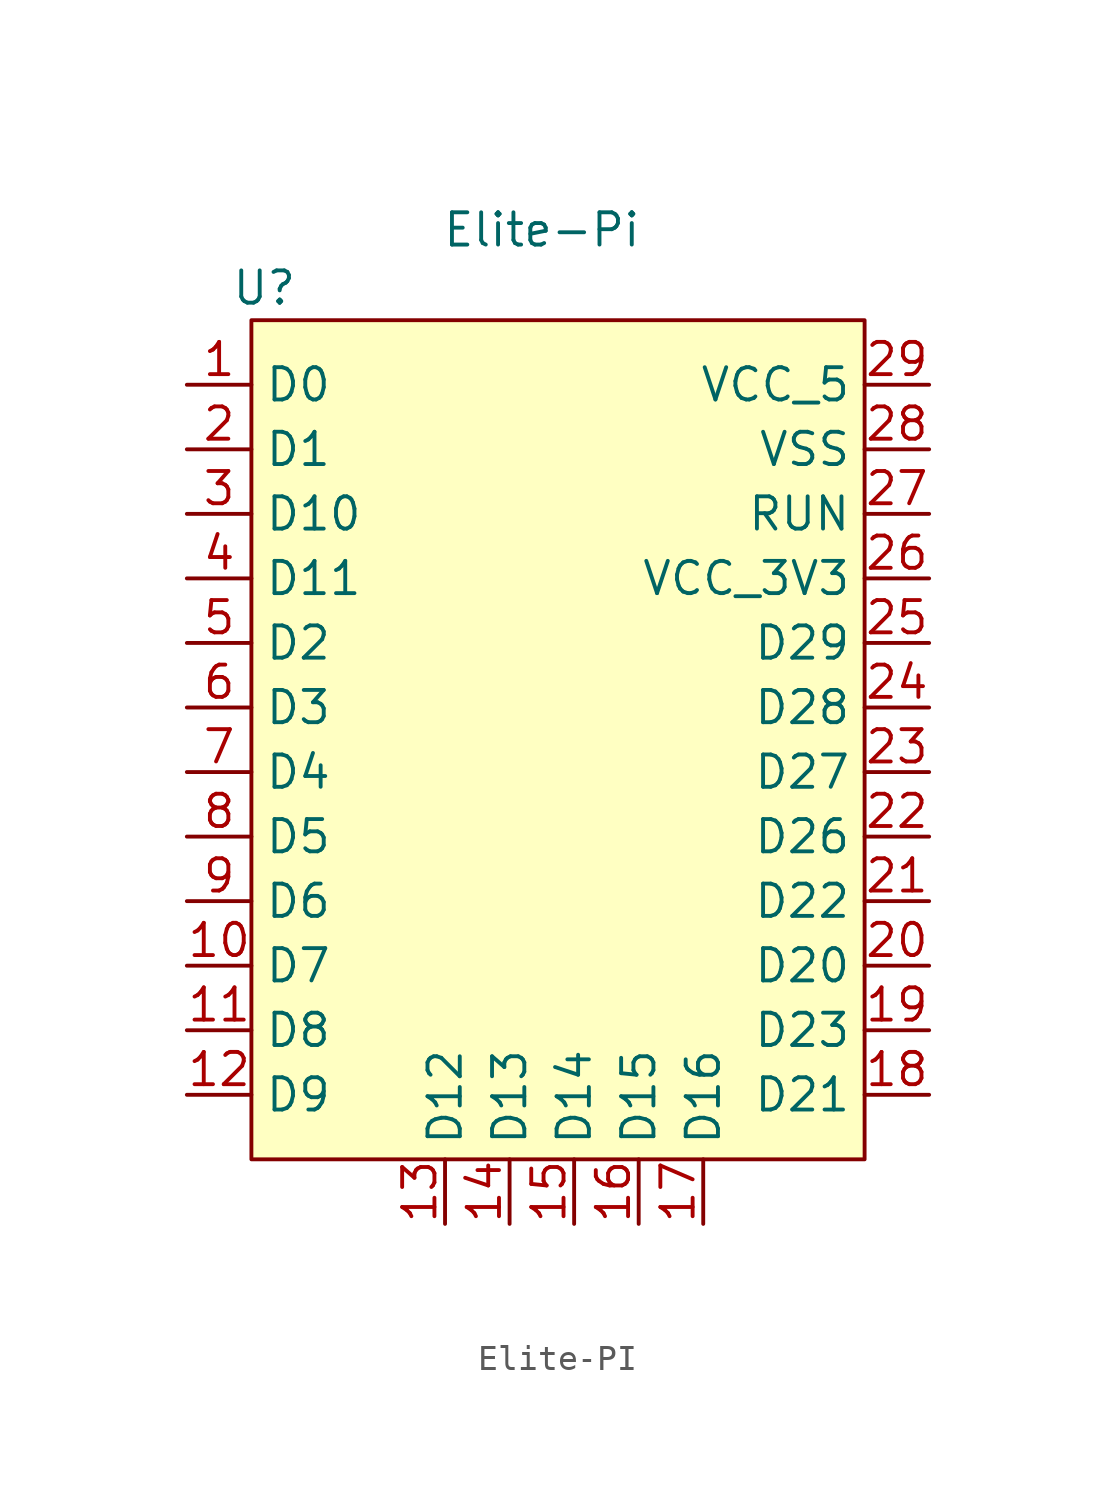
<source format=kicad_sym>
(kicad_symbol_lib
  (version 20241209)
  (generator "kicad_symbol_editor")
  (generator_version "9.0")
  (symbol "Elite-PI"
    (property "Reference" "U"
      (at -12.192 16.51 0)
      (effects (font (size 1.27 1.27))))
    (property "Value" "Elite-Pi"
      (at -1.27 18.796 0)
      (effects (font (size 1.27 1.27))))
    (property "Footprint" ""
      (at 0 0 0)
      (effects (font (size 1.27 1.27))))
    (symbol "Elite-PI_1_1"
      (rectangle (start -12.7 15.24) (end 11.43 -17.78) (stroke (width 0) (type solid)) (fill (type color) (color 255 255 194 1)))
      (pin bidirectional line (at -15.24 12.7 0) (length 2.54) (name "D0" (effects (font (size 1.27 1.27)))) (number "1" (effects (font (size 1.27 1.27)))))
      (pin bidirectional line (at -15.24 10.16 0) (length 2.54) (name "D1" (effects (font (size 1.27 1.27)))) (number "2" (effects (font (size 1.27 1.27)))))
      (pin bidirectional line (at -15.24 7.62 0) (length 2.54) (name "D10" (effects (font (size 1.27 1.27)))) (number "3" (effects (font (size 1.27 1.27)))))
      (pin bidirectional line (at -15.24 5.08 0) (length 2.54) (name "D11" (effects (font (size 1.27 1.27)))) (number "4" (effects (font (size 1.27 1.27)))))
      (pin bidirectional line (at -15.24 2.54 0) (length 2.54) (name "D2" (effects (font (size 1.27 1.27)))) (number "5" (effects (font (size 1.27 1.27)))))
      (pin bidirectional line (at -15.24 0 0) (length 2.54) (name "D3" (effects (font (size 1.27 1.27)))) (number "6" (effects (font (size 1.27 1.27)))))
      (pin bidirectional line (at -15.24 -2.54 0) (length 2.54) (name "D4" (effects (font (size 1.27 1.27)))) (number "7" (effects (font (size 1.27 1.27)))))
      (pin bidirectional line (at -15.24 -5.08 0) (length 2.54) (name "D5" (effects (font (size 1.27 1.27)))) (number "8" (effects (font (size 1.27 1.27)))))
      (pin bidirectional line (at -15.24 -7.62 0) (length 2.54) (name "D6" (effects (font (size 1.27 1.27)))) (number "9" (effects (font (size 1.27 1.27)))))
      (pin bidirectional line (at -15.24 -10.16 0) (length 2.54) (name "D7" (effects (font (size 1.27 1.27)))) (number "10" (effects (font (size 1.27 1.27)))))
      (pin bidirectional line (at -15.24 -12.7 0) (length 2.54) (name "D8" (effects (font (size 1.27 1.27)))) (number "11" (effects (font (size 1.27 1.27)))))
      (pin bidirectional line (at -15.24 -15.24 0) (length 2.54) (name "D9" (effects (font (size 1.27 1.27)))) (number "12" (effects (font (size 1.27 1.27)))))
      (pin bidirectional line (at -5.08 -20.32 90) (length 2.54) (name "D12" (effects (font (size 1.27 1.27)))) (number "13" (effects (font (size 1.27 1.27)))))
      (pin bidirectional line (at -2.54 -20.32 90) (length 2.54) (name "D13" (effects (font (size 1.27 1.27)))) (number "14" (effects (font (size 1.27 1.27)))))
      (pin bidirectional line (at 0 -20.32 90) (length 2.54) (name "D14" (effects (font (size 1.27 1.27)))) (number "15" (effects (font (size 1.27 1.27)))))
      (pin bidirectional line (at 2.54 -20.32 90) (length 2.54) (name "D15" (effects (font (size 1.27 1.27)))) (number "16" (effects (font (size 1.27 1.27)))))
      (pin bidirectional line (at 5.08 -20.32 90) (length 2.54) (name "D16" (effects (font (size 1.27 1.27)))) (number "17" (effects (font (size 1.27 1.27)))))
      (pin power_out line (at 13.97 12.7 180) (length 2.54) (name "VCC_5" (effects (font (size 1.27 1.27)))) (number "29" (effects (font (size 1.27 1.27)))))
      (pin power_in line (at 13.97 10.16 180) (length 2.54) (name "VSS" (effects (font (size 1.27 1.27)))) (number "28" (effects (font (size 1.27 1.27)))))
      (pin input line (at 13.97 7.62 180) (length 2.54) (name "RUN" (effects (font (size 1.27 1.27)))) (number "27" (effects (font (size 1.27 1.27)))))
      (pin power_out line (at 13.97 5.08 180) (length 2.54) (name "VCC_3V3" (effects (font (size 1.27 1.27)))) (number "26" (effects (font (size 1.27 1.27)))))
      (pin bidirectional line (at 13.97 2.54 180) (length 2.54) (name "D29" (effects (font (size 1.27 1.27)))) (number "25" (effects (font (size 1.27 1.27)))))
      (pin bidirectional line (at 13.97 0 180) (length 2.54) (name "D28" (effects (font (size 1.27 1.27)))) (number "24" (effects (font (size 1.27 1.27)))))
      (pin bidirectional line (at 13.97 -2.54 180) (length 2.54) (name "D27" (effects (font (size 1.27 1.27)))) (number "23" (effects (font (size 1.27 1.27)))))
      (pin bidirectional line (at 13.97 -5.08 180) (length 2.54) (name "D26" (effects (font (size 1.27 1.27)))) (number "22" (effects (font (size 1.27 1.27)))))
      (pin bidirectional line (at 13.97 -7.62 180) (length 2.54) (name "D22" (effects (font (size 1.27 1.27)))) (number "21" (effects (font (size 1.27 1.27)))))
      (pin bidirectional line (at 13.97 -10.16 180) (length 2.54) (name "D20" (effects (font (size 1.27 1.27)))) (number "20" (effects (font (size 1.27 1.27)))))
      (pin bidirectional line (at 13.97 -12.7 180) (length 2.54) (name "D23" (effects (font (size 1.27 1.27)))) (number "19" (effects (font (size 1.27 1.27)))))
      (pin bidirectional line (at 13.97 -15.24 180) (length 2.54) (name "D21" (effects (font (size 1.27 1.27)))) (number "18" (effects (font (size 1.27 1.27))))))))
</source>
